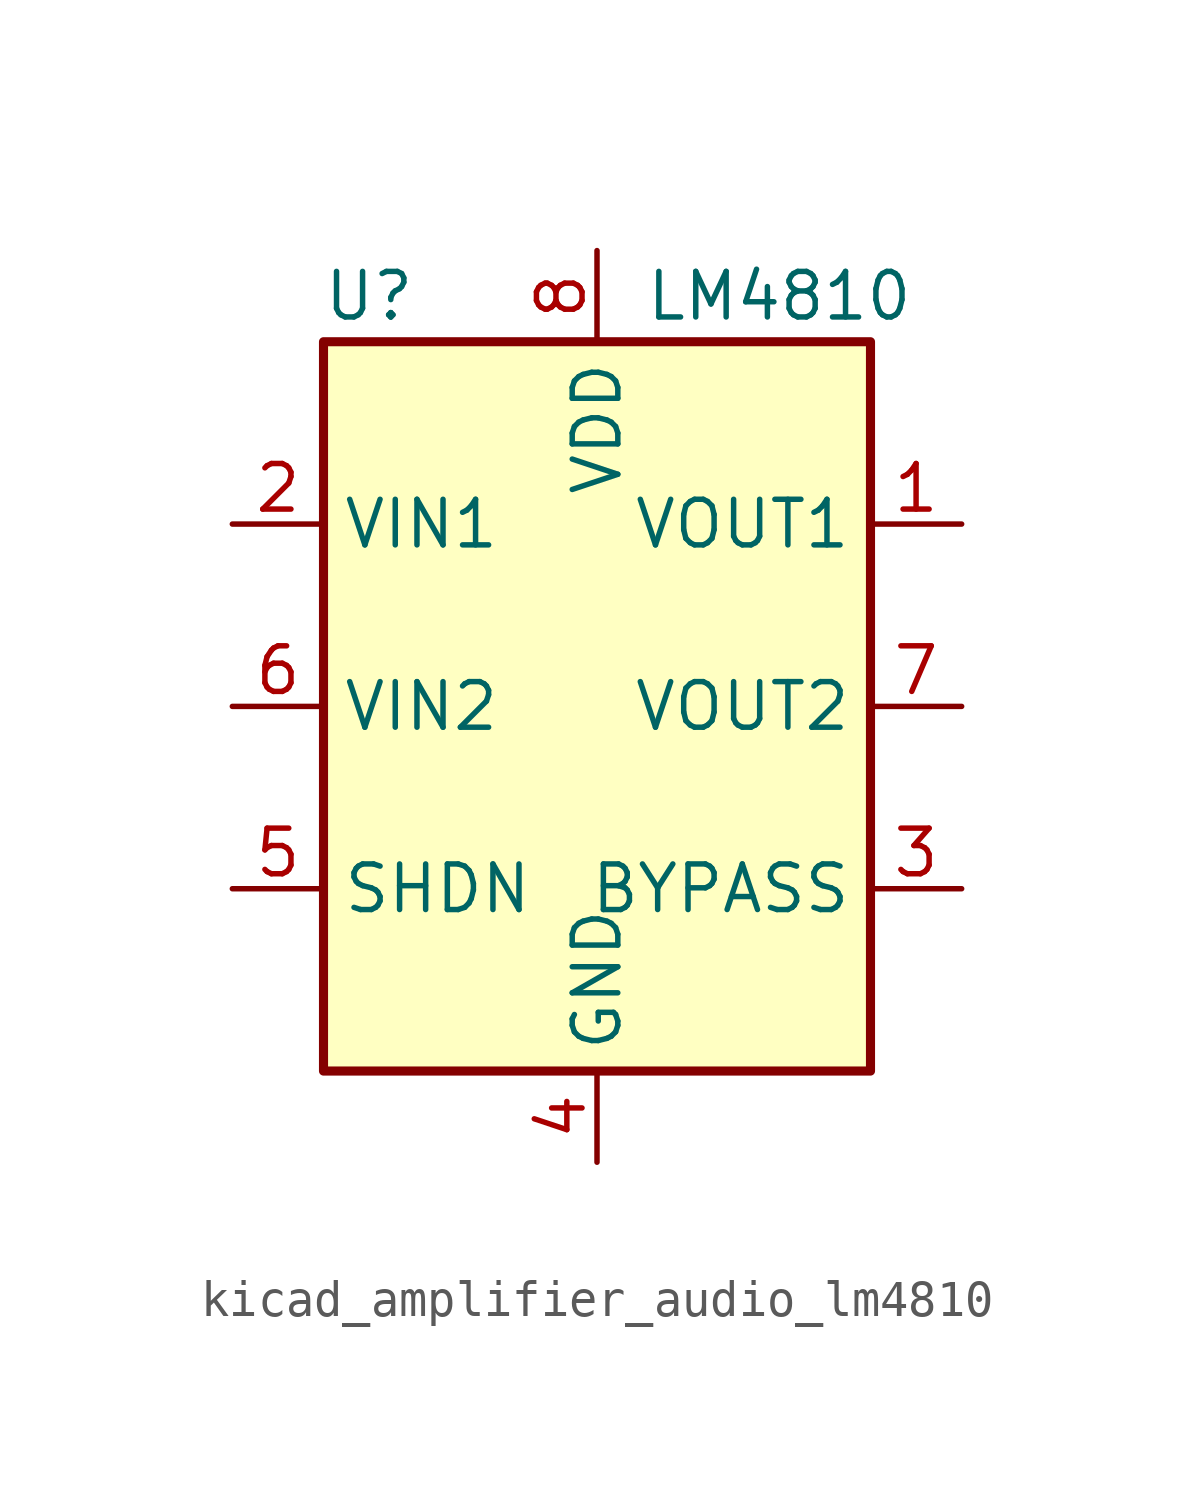
<source format=kicad_sym>
(kicad_symbol_lib
  (version 20220914)
  (generator kicad_symbol_editor)
  (symbol "kicad_amplifier_audio_lm4810"
    (property "Reference" "U"
      (at -6.35 11.43 0)
      (effects (font (size 1.27 1.27))))
    (property "Value" "LM4810"
      (at 5.08 11.43 0)
      (effects (font (size 1.27 1.27))))
    (symbol "kicad_amplifier_audio_lm4810_0_1"
      (rectangle (start -7.62 10.16) (end 7.62 -10.16) (stroke (width 0.254) (type default)) (fill (type background))))
    (symbol "kicad_amplifier_audio_lm4810_1_1"
      (pin output line (at 10.16 5.08 180) (length 2.54) (name "VOUT1" (effects (font (size 1.27 1.27)))) (number "1" (effects (font (size 1.27 1.27)))))
      (pin input line (at -10.16 5.08 0) (length 2.54) (name "VIN1" (effects (font (size 1.27 1.27)))) (number "2" (effects (font (size 1.27 1.27)))))
      (pin passive line (at 10.16 -5.08 180) (length 2.54) (name "BYPASS" (effects (font (size 1.27 1.27)))) (number "3" (effects (font (size 1.27 1.27)))))
      (pin power_in line (at 0 -12.7 90) (length 2.54) (name "GND" (effects (font (size 1.27 1.27)))) (number "4" (effects (font (size 1.27 1.27)))))
      (pin input line (at -10.16 -5.08 0) (length 2.54) (name "SHDN" (effects (font (size 1.27 1.27)))) (number "5" (effects (font (size 1.27 1.27)))))
      (pin input line (at -10.16 0 0) (length 2.54) (name "VIN2" (effects (font (size 1.27 1.27)))) (number "6" (effects (font (size 1.27 1.27)))))
      (pin output line (at 10.16 0 180) (length 2.54) (name "VOUT2" (effects (font (size 1.27 1.27)))) (number "7" (effects (font (size 1.27 1.27)))))
      (pin power_in line (at 0 12.7 270) (length 2.54) (name "VDD" (effects (font (size 1.27 1.27)))) (number "8" (effects (font (size 1.27 1.27))))))))
</source>
